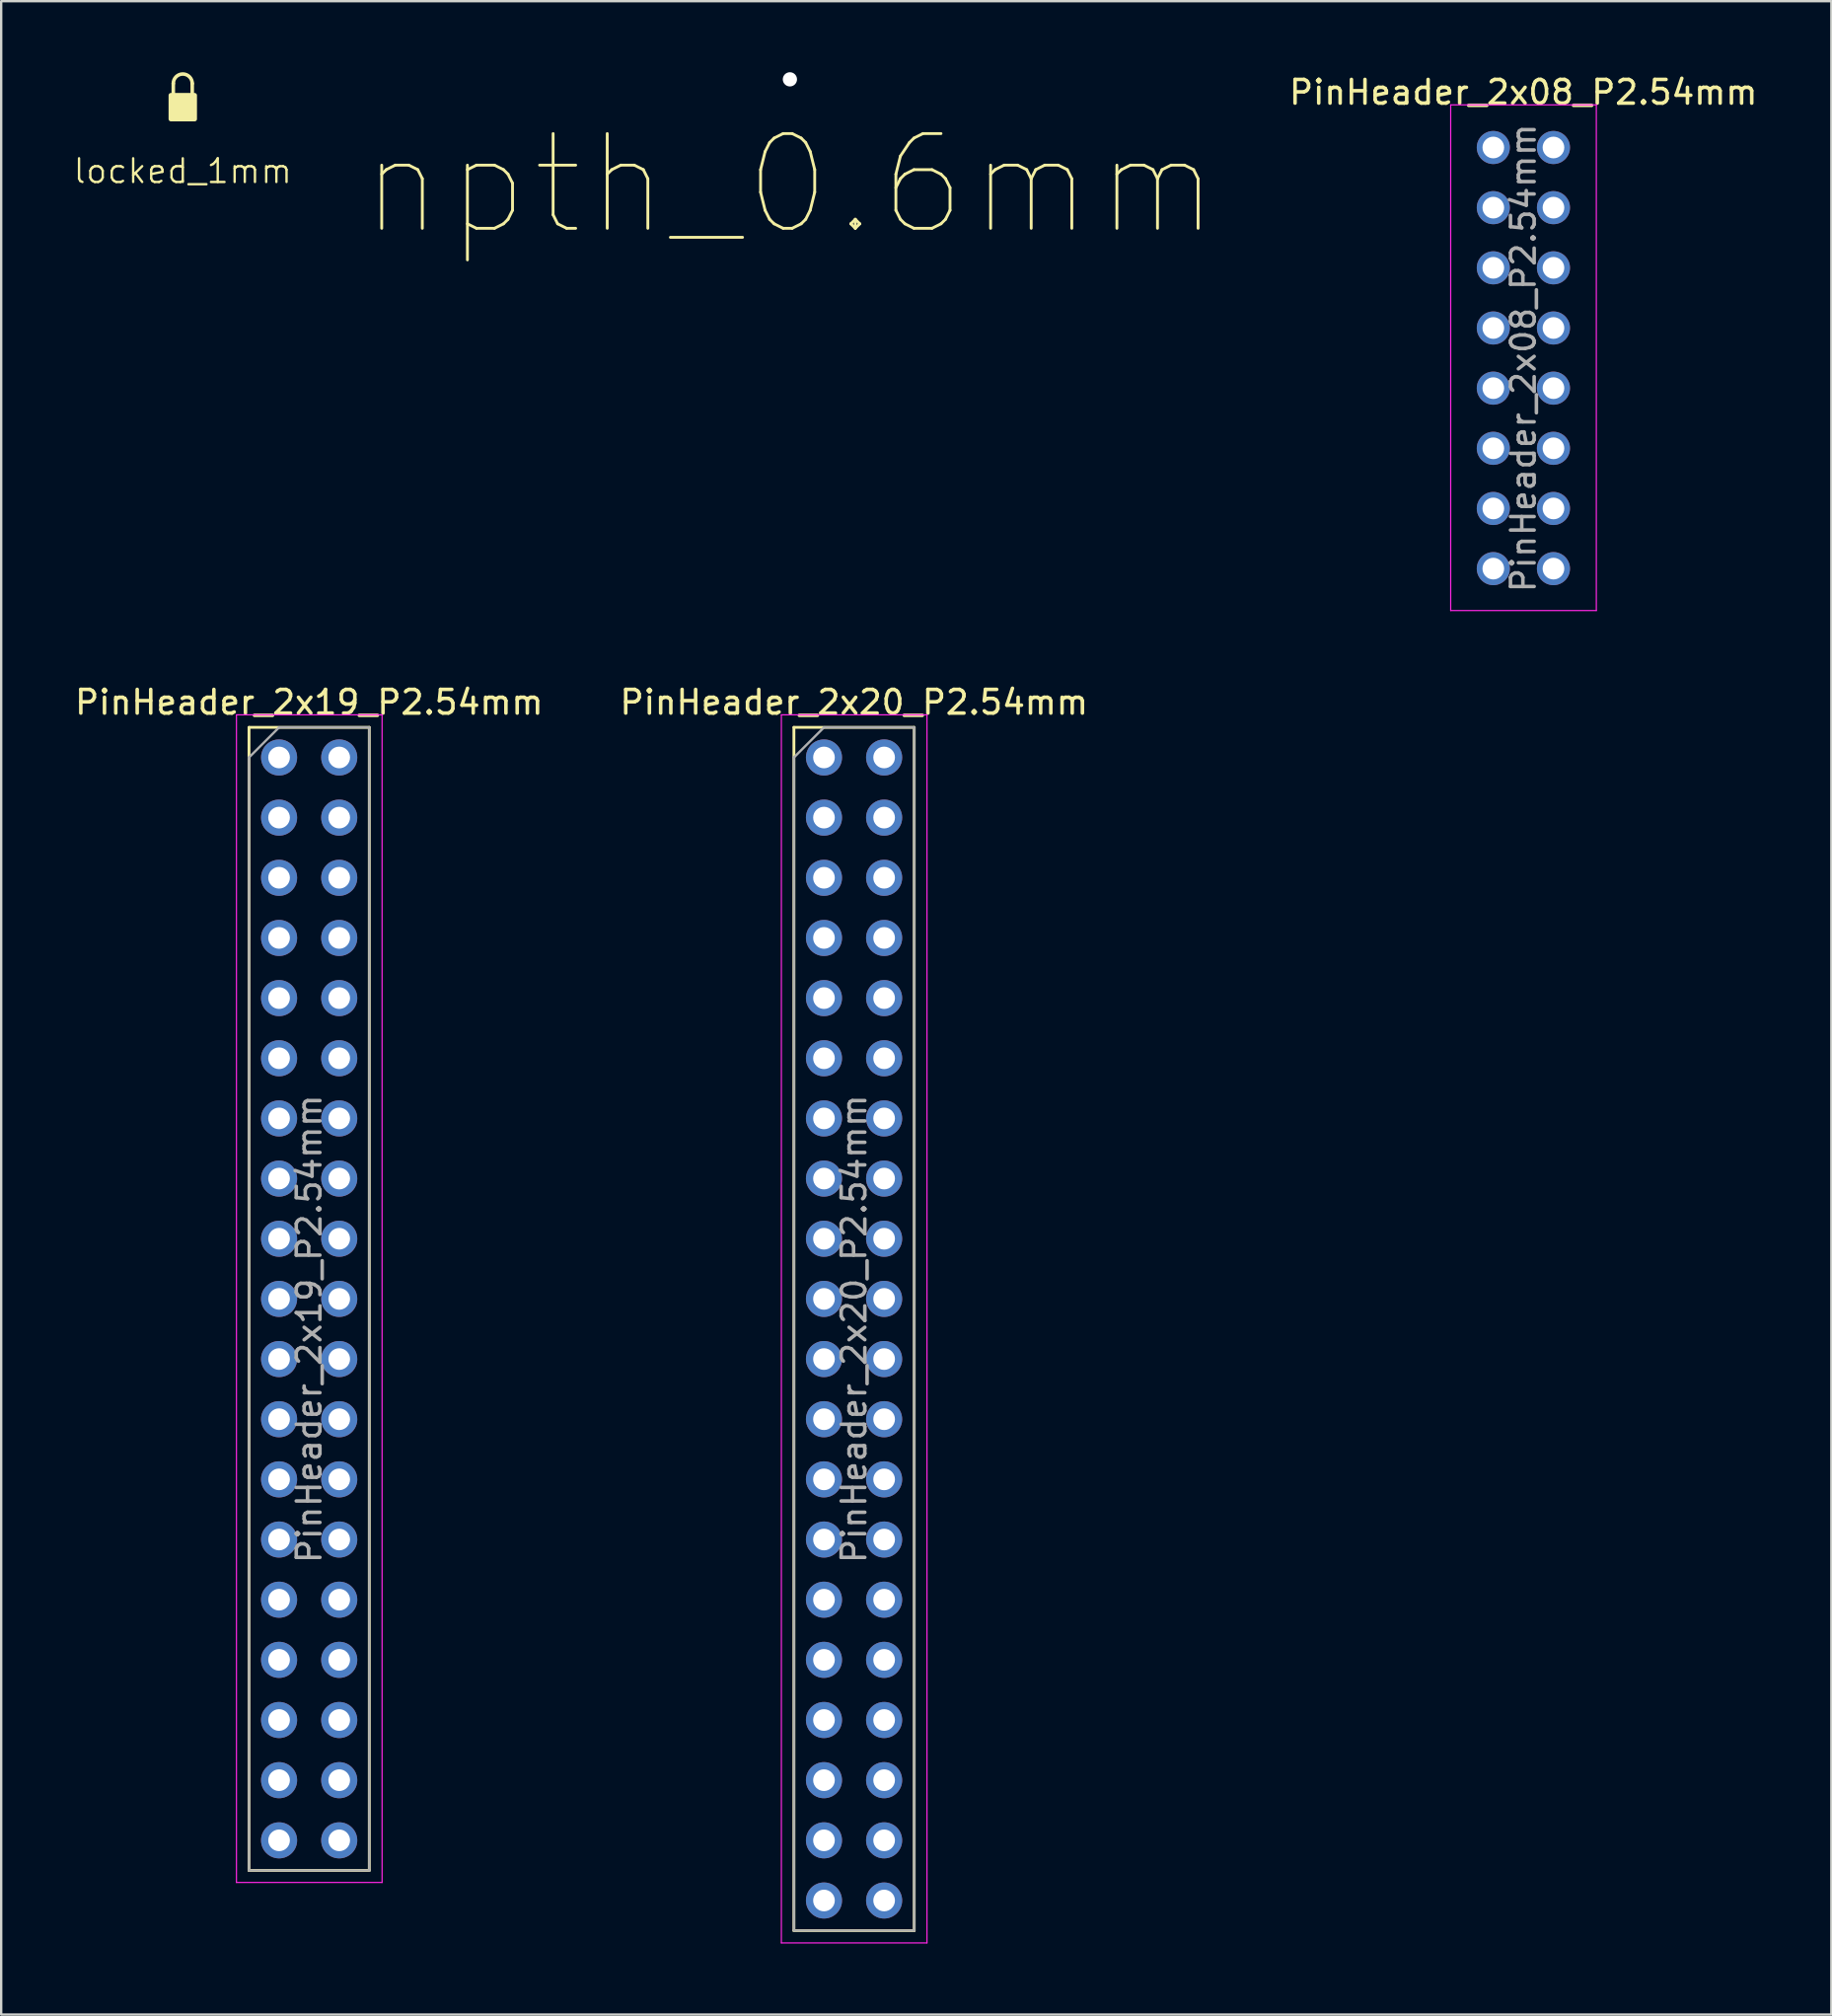
<source format=kicad_pcb>
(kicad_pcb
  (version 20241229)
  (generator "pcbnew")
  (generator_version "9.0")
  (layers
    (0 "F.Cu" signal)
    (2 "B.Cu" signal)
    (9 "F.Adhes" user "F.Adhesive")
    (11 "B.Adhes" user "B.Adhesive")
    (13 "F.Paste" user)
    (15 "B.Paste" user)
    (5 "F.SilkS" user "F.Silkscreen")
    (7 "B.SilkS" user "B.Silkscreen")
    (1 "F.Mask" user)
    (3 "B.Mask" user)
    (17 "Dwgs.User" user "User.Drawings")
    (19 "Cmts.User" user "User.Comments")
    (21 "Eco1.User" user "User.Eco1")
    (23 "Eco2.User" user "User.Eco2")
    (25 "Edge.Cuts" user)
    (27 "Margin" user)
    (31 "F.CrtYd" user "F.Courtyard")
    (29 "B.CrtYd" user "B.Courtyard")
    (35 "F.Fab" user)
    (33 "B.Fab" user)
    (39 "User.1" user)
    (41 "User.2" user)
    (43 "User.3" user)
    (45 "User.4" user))
  (footprint "PinHeader_2x20_P2.54mm"
    (layer "F.Cu")
    (at 31.748 28.931)
    (property "Reference" "PinHeader_2x20_P2.54mm" (at 1.27 -2.33 0) (layer "F.SilkS") (effects (font (size 1 1) (thickness 0.15))))
    (attr through_hole)
    (fp_line (start -1.27 -1.27) (end -1.27 49.53) (stroke (width 0.12) (type solid)) (layer "F.SilkS"))
    (fp_line (start -1.27 49.53) (end 3.81 49.53) (stroke (width 0.12) (type solid)) (layer "F.SilkS"))
    (fp_line (start 3.81 -1.27) (end -1.27 -1.27) (stroke (width 0.12) (type solid)) (layer "F.SilkS"))
    (fp_line (start 3.81 49.53) (end 3.81 -1.27) (stroke (width 0.12) (type solid)) (layer "F.SilkS"))
    (fp_line (start -1.8 -1.8) (end -1.8 50.05) (stroke (width 0.05) (type solid)) (layer "F.CrtYd"))
    (fp_line (start -1.8 50.05) (end 4.35 50.05) (stroke (width 0.05) (type solid)) (layer "F.CrtYd"))
    (fp_line (start 4.35 -1.8) (end -1.8 -1.8) (stroke (width 0.05) (type solid)) (layer "F.CrtYd"))
    (fp_line (start 4.35 50.05) (end 4.35 -1.8) (stroke (width 0.05) (type solid)) (layer "F.CrtYd"))
    (fp_line (start -1.27 0) (end 0 -1.27) (stroke (width 0.1) (type solid)) (layer "F.Fab"))
    (fp_line (start -1.27 49.53) (end -1.27 0) (stroke (width 0.1) (type solid)) (layer "F.Fab"))
    (fp_line (start 0 -1.27) (end 3.81 -1.27) (stroke (width 0.1) (type solid)) (layer "F.Fab"))
    (fp_line (start 3.81 -1.27) (end 3.81 49.53) (stroke (width 0.1) (type solid)) (layer "F.Fab"))
    (fp_line (start 3.81 49.53) (end -1.27 49.53) (stroke (width 0.1) (type solid)) (layer "F.Fab"))
    (fp_text user "${REFERENCE}" (at 1.27 24.13 90) (layer "F.Fab") (effects (font (size 1 1) (thickness 0.15))))
    (pad "1" thru_hole circle (at 0 0) (size 1.524 1.524) (drill 0.914) (layers "*.Cu" "*.Mask"))
    (pad "2" thru_hole circle (at 2.54 0) (size 1.524 1.524) (drill 0.914) (layers "*.Cu" "*.Mask"))
    (pad "3" thru_hole circle (at 0 2.54) (size 1.524 1.524) (drill 0.914) (layers "*.Cu" "*.Mask"))
    (pad "4" thru_hole circle (at 2.54 2.54) (size 1.524 1.524) (drill 0.914) (layers "*.Cu" "*.Mask"))
    (pad "5" thru_hole circle (at 0 5.08) (size 1.524 1.524) (drill 0.914) (layers "*.Cu" "*.Mask"))
    (pad "6" thru_hole circle (at 2.54 5.08) (size 1.524 1.524) (drill 0.914) (layers "*.Cu" "*.Mask"))
    (pad "7" thru_hole circle (at 0 7.62) (size 1.524 1.524) (drill 0.914) (layers "*.Cu" "*.Mask"))
    (pad "8" thru_hole circle (at 2.54 7.62) (size 1.524 1.524) (drill 0.914) (layers "*.Cu" "*.Mask"))
    (pad "9" thru_hole circle (at 0 10.16) (size 1.524 1.524) (drill 0.914) (layers "*.Cu" "*.Mask"))
    (pad "10" thru_hole circle (at 2.54 10.16) (size 1.524 1.524) (drill 0.914) (layers "*.Cu" "*.Mask"))
    (pad "11" thru_hole circle (at 0 12.7) (size 1.524 1.524) (drill 0.914) (layers "*.Cu" "*.Mask"))
    (pad "12" thru_hole circle (at 2.54 12.7) (size 1.524 1.524) (drill 0.914) (layers "*.Cu" "*.Mask"))
    (pad "13" thru_hole circle (at 0 15.24) (size 1.524 1.524) (drill 0.914) (layers "*.Cu" "*.Mask"))
    (pad "14" thru_hole circle (at 2.54 15.24) (size 1.524 1.524) (drill 0.914) (layers "*.Cu" "*.Mask"))
    (pad "15" thru_hole circle (at 0 17.78) (size 1.524 1.524) (drill 0.914) (layers "*.Cu" "*.Mask"))
    (pad "16" thru_hole circle (at 2.54 17.78) (size 1.524 1.524) (drill 0.914) (layers "*.Cu" "*.Mask"))
    (pad "17" thru_hole circle (at 0 20.32) (size 1.524 1.524) (drill 0.914) (layers "*.Cu" "*.Mask"))
    (pad "18" thru_hole circle (at 2.54 20.32) (size 1.524 1.524) (drill 0.914) (layers "*.Cu" "*.Mask"))
    (pad "19" thru_hole circle (at 0 22.86) (size 1.524 1.524) (drill 0.914) (layers "*.Cu" "*.Mask"))
    (pad "20" thru_hole circle (at 2.54 22.86) (size 1.524 1.524) (drill 0.914) (layers "*.Cu" "*.Mask"))
    (pad "21" thru_hole circle (at 0 25.4) (size 1.524 1.524) (drill 0.914) (layers "*.Cu" "*.Mask"))
    (pad "22" thru_hole circle (at 2.54 25.4) (size 1.524 1.524) (drill 0.914) (layers "*.Cu" "*.Mask"))
    (pad "23" thru_hole circle (at 0 27.94) (size 1.524 1.524) (drill 0.914) (layers "*.Cu" "*.Mask"))
    (pad "24" thru_hole circle (at 2.54 27.94) (size 1.524 1.524) (drill 0.914) (layers "*.Cu" "*.Mask"))
    (pad "25" thru_hole circle (at 0 30.48) (size 1.524 1.524) (drill 0.914) (layers "*.Cu" "*.Mask"))
    (pad "26" thru_hole circle (at 2.54 30.48) (size 1.524 1.524) (drill 0.914) (layers "*.Cu" "*.Mask"))
    (pad "27" thru_hole circle (at 0 33.02) (size 1.524 1.524) (drill 0.914) (layers "*.Cu" "*.Mask"))
    (pad "28" thru_hole circle (at 2.54 33.02) (size 1.524 1.524) (drill 0.914) (layers "*.Cu" "*.Mask"))
    (pad "29" thru_hole circle (at 0 35.56) (size 1.524 1.524) (drill 0.914) (layers "*.Cu" "*.Mask"))
    (pad "30" thru_hole circle (at 2.54 35.56) (size 1.524 1.524) (drill 0.914) (layers "*.Cu" "*.Mask"))
    (pad "31" thru_hole circle (at 0 38.1) (size 1.524 1.524) (drill 0.914) (layers "*.Cu" "*.Mask"))
    (pad "32" thru_hole circle (at 2.54 38.1) (size 1.524 1.524) (drill 0.914) (layers "*.Cu" "*.Mask"))
    (pad "33" thru_hole circle (at 0 40.64) (size 1.524 1.524) (drill 0.914) (layers "*.Cu" "*.Mask"))
    (pad "34" thru_hole circle (at 2.54 40.64) (size 1.524 1.524) (drill 0.914) (layers "*.Cu" "*.Mask"))
    (pad "35" thru_hole circle (at 0 43.18) (size 1.524 1.524) (drill 0.914) (layers "*.Cu" "*.Mask"))
    (pad "36" thru_hole circle (at 2.54 43.18) (size 1.524 1.524) (drill 0.914) (layers "*.Cu" "*.Mask"))
    (pad "37" thru_hole circle (at 0 45.72) (size 1.524 1.524) (drill 0.914) (layers "*.Cu" "*.Mask"))
    (pad "38" thru_hole circle (at 2.54 45.72) (size 1.524 1.524) (drill 0.914) (layers "*.Cu" "*.Mask"))
    (pad "39" thru_hole circle (at 0 48.26) (size 1.524 1.524) (drill 0.914) (layers "*.Cu" "*.Mask"))
    (pad "40" thru_hole circle (at 2.54 48.26) (size 1.524 1.524) (drill 0.914) (layers "*.Cu" "*.Mask")))
  (footprint "PinHeader_2x08_P2.54mm"
    (layer "F.Cu")
    (at 60.015 3.178)
    (property "Reference" "PinHeader_2x08_P2.54mm" (at 1.27 -2.33 0) (layer "F.SilkS") (effects (font (size 1 1) (thickness 0.15))))
    (attr through_hole)
    (fp_line (start -1.8 -1.8) (end -1.8 19.55) (stroke (width 0.05) (type solid)) (layer "F.CrtYd"))
    (fp_line (start -1.8 19.55) (end 4.35 19.55) (stroke (width 0.05) (type solid)) (layer "F.CrtYd"))
    (fp_line (start 4.35 -1.8) (end -1.8 -1.8) (stroke (width 0.05) (type solid)) (layer "F.CrtYd"))
    (fp_line (start 4.35 19.55) (end 4.35 -1.8) (stroke (width 0.05) (type solid)) (layer "F.CrtYd"))
    (fp_text user "${REFERENCE}" (at 1.27 8.89 90) (layer "F.Fab") (effects (font (size 1 1) (thickness 0.15))))
    (pad "1" thru_hole circle (at 0 0) (size 1.397 1.397) (drill 0.914) (layers "*.Cu" "*.Mask"))
    (pad "2" thru_hole circle (at 2.54 0) (size 1.397 1.397) (drill 0.914) (layers "*.Cu" "*.Mask"))
    (pad "3" thru_hole circle (at 0 2.54) (size 1.397 1.397) (drill 0.914) (layers "*.Cu" "*.Mask"))
    (pad "4" thru_hole circle (at 2.54 2.54) (size 1.397 1.397) (drill 0.914) (layers "*.Cu" "*.Mask"))
    (pad "5" thru_hole circle (at 0 5.08) (size 1.397 1.397) (drill 0.914) (layers "*.Cu" "*.Mask"))
    (pad "6" thru_hole circle (at 2.54 5.08) (size 1.397 1.397) (drill 0.914) (layers "*.Cu" "*.Mask"))
    (pad "7" thru_hole circle (at 0 7.62) (size 1.397 1.397) (drill 0.914) (layers "*.Cu" "*.Mask"))
    (pad "8" thru_hole circle (at 2.54 7.62) (size 1.397 1.397) (drill 0.914) (layers "*.Cu" "*.Mask"))
    (pad "9" thru_hole circle (at 0 10.16) (size 1.397 1.397) (drill 0.914) (layers "*.Cu" "*.Mask"))
    (pad "10" thru_hole circle (at 2.54 10.16) (size 1.397 1.397) (drill 0.914) (layers "*.Cu" "*.Mask"))
    (pad "11" thru_hole circle (at 0 12.7) (size 1.397 1.397) (drill 0.914) (layers "*.Cu" "*.Mask"))
    (pad "12" thru_hole circle (at 2.54 12.7) (size 1.397 1.397) (drill 0.914) (layers "*.Cu" "*.Mask"))
    (pad "13" thru_hole circle (at 0 15.24) (size 1.397 1.397) (drill 0.914) (layers "*.Cu" "*.Mask"))
    (pad "14" thru_hole circle (at 2.54 15.24) (size 1.397 1.397) (drill 0.914) (layers "*.Cu" "*.Mask"))
    (pad "15" thru_hole circle (at 0 17.78) (size 1.397 1.397) (drill 0.914) (layers "*.Cu" "*.Mask"))
    (pad "16" thru_hole circle (at 2.54 17.78) (size 1.397 1.397) (drill 0.914) (layers "*.Cu" "*.Mask")))
  (footprint "npth_0.6mm"
    (layer "F.Cu")
    (at 30.309 0.3)
    (property "Reference" "npth_0.6mm" (at 0 4.445 0) (layer "F.SilkS") (effects (font (size 4 4) (thickness 0.12))))
    (attr through_hole)
    (pad "" np_thru_hole circle (at 0 0) (size 0.6 0.6) (drill 0.6) (layers "*.Cu")))
  (footprint "PinHeader_2x19_P2.54mm"
    (layer "F.Cu")
    (at 8.736 28.931)
    (property "Reference" "PinHeader_2x19_P2.54mm" (at 1.27 -2.33 0) (layer "F.SilkS") (effects (font (size 1 1) (thickness 0.15))))
    (attr through_hole)
    (fp_line (start -1.27 -1.27) (end -1.27 46.99) (stroke (width 0.12) (type solid)) (layer "F.SilkS"))
    (fp_line (start -1.27 46.99) (end 3.81 46.99) (stroke (width 0.12) (type solid)) (layer "F.SilkS"))
    (fp_line (start 3.81 -1.27) (end -1.27 -1.27) (stroke (width 0.12) (type solid)) (layer "F.SilkS"))
    (fp_line (start 3.81 46.99) (end 3.81 -1.27) (stroke (width 0.12) (type solid)) (layer "F.SilkS"))
    (fp_line (start -1.8 -1.8) (end -1.8 47.498) (stroke (width 0.05) (type solid)) (layer "F.CrtYd"))
    (fp_line (start -1.8 47.498) (end 4.35 47.498) (stroke (width 0.05) (type solid)) (layer "F.CrtYd"))
    (fp_line (start 4.35 -1.8) (end -1.8 -1.8) (stroke (width 0.05) (type solid)) (layer "F.CrtYd"))
    (fp_line (start 4.35 47.498) (end 4.35 -1.8) (stroke (width 0.05) (type solid)) (layer "F.CrtYd"))
    (fp_line (start -1.27 0) (end 0 -1.27) (stroke (width 0.1) (type solid)) (layer "F.Fab"))
    (fp_line (start -1.27 46.99) (end -1.27 0) (stroke (width 0.1) (type solid)) (layer "F.Fab"))
    (fp_line (start 0 -1.27) (end 3.81 -1.27) (stroke (width 0.1) (type solid)) (layer "F.Fab"))
    (fp_line (start 3.81 -1.27) (end 3.81 46.99) (stroke (width 0.1) (type solid)) (layer "F.Fab"))
    (fp_line (start 3.81 46.99) (end -1.27 46.99) (stroke (width 0.1) (type solid)) (layer "F.Fab"))
    (fp_text user "${REFERENCE}" (at 1.27 24.13 90) (layer "F.Fab") (effects (font (size 1 1) (thickness 0.15))))
    (pad "1" thru_hole circle (at 0 0) (size 1.524 1.524) (drill 0.914) (layers "*.Cu" "*.Mask"))
    (pad "2" thru_hole circle (at 2.54 0) (size 1.524 1.524) (drill 0.914) (layers "*.Cu" "*.Mask"))
    (pad "3" thru_hole circle (at 0 2.54) (size 1.524 1.524) (drill 0.914) (layers "*.Cu" "*.Mask"))
    (pad "4" thru_hole circle (at 2.54 2.54) (size 1.524 1.524) (drill 0.914) (layers "*.Cu" "*.Mask"))
    (pad "5" thru_hole circle (at 0 5.08) (size 1.524 1.524) (drill 0.914) (layers "*.Cu" "*.Mask"))
    (pad "6" thru_hole circle (at 2.54 5.08) (size 1.524 1.524) (drill 0.914) (layers "*.Cu" "*.Mask"))
    (pad "7" thru_hole circle (at 0 7.62) (size 1.524 1.524) (drill 0.914) (layers "*.Cu" "*.Mask"))
    (pad "8" thru_hole circle (at 2.54 7.62) (size 1.524 1.524) (drill 0.914) (layers "*.Cu" "*.Mask"))
    (pad "9" thru_hole circle (at 0 10.16) (size 1.524 1.524) (drill 0.914) (layers "*.Cu" "*.Mask"))
    (pad "10" thru_hole circle (at 2.54 10.16) (size 1.524 1.524) (drill 0.914) (layers "*.Cu" "*.Mask"))
    (pad "11" thru_hole circle (at 0 12.7) (size 1.524 1.524) (drill 0.914) (layers "*.Cu" "*.Mask"))
    (pad "12" thru_hole circle (at 2.54 12.7) (size 1.524 1.524) (drill 0.914) (layers "*.Cu" "*.Mask"))
    (pad "13" thru_hole circle (at 0 15.24) (size 1.524 1.524) (drill 0.914) (layers "*.Cu" "*.Mask"))
    (pad "14" thru_hole circle (at 2.54 15.24) (size 1.524 1.524) (drill 0.914) (layers "*.Cu" "*.Mask"))
    (pad "15" thru_hole circle (at 0 17.78) (size 1.524 1.524) (drill 0.914) (layers "*.Cu" "*.Mask"))
    (pad "16" thru_hole circle (at 2.54 17.78) (size 1.524 1.524) (drill 0.914) (layers "*.Cu" "*.Mask"))
    (pad "17" thru_hole circle (at 0 20.32) (size 1.524 1.524) (drill 0.914) (layers "*.Cu" "*.Mask"))
    (pad "18" thru_hole circle (at 2.54 20.32) (size 1.524 1.524) (drill 0.914) (layers "*.Cu" "*.Mask"))
    (pad "19" thru_hole circle (at 0 22.86) (size 1.524 1.524) (drill 0.914) (layers "*.Cu" "*.Mask"))
    (pad "20" thru_hole circle (at 2.54 22.86) (size 1.524 1.524) (drill 0.914) (layers "*.Cu" "*.Mask"))
    (pad "21" thru_hole circle (at 0 25.4) (size 1.524 1.524) (drill 0.914) (layers "*.Cu" "*.Mask"))
    (pad "22" thru_hole circle (at 2.54 25.4) (size 1.524 1.524) (drill 0.914) (layers "*.Cu" "*.Mask"))
    (pad "23" thru_hole circle (at 0 27.94) (size 1.524 1.524) (drill 0.914) (layers "*.Cu" "*.Mask"))
    (pad "24" thru_hole circle (at 2.54 27.94) (size 1.524 1.524) (drill 0.914) (layers "*.Cu" "*.Mask"))
    (pad "25" thru_hole circle (at 0 30.48) (size 1.524 1.524) (drill 0.914) (layers "*.Cu" "*.Mask"))
    (pad "26" thru_hole circle (at 2.54 30.48) (size 1.524 1.524) (drill 0.914) (layers "*.Cu" "*.Mask"))
    (pad "27" thru_hole circle (at 0 33.02) (size 1.524 1.524) (drill 0.914) (layers "*.Cu" "*.Mask"))
    (pad "28" thru_hole circle (at 2.54 33.02) (size 1.524 1.524) (drill 0.914) (layers "*.Cu" "*.Mask"))
    (pad "29" thru_hole circle (at 0 35.56) (size 1.524 1.524) (drill 0.914) (layers "*.Cu" "*.Mask"))
    (pad "30" thru_hole circle (at 2.54 35.56) (size 1.524 1.524) (drill 0.914) (layers "*.Cu" "*.Mask"))
    (pad "31" thru_hole circle (at 0 38.1) (size 1.524 1.524) (drill 0.914) (layers "*.Cu" "*.Mask"))
    (pad "32" thru_hole circle (at 2.54 38.1) (size 1.524 1.524) (drill 0.914) (layers "*.Cu" "*.Mask"))
    (pad "33" thru_hole circle (at 0 40.64) (size 1.524 1.524) (drill 0.914) (layers "*.Cu" "*.Mask"))
    (pad "34" thru_hole circle (at 2.54 40.64) (size 1.524 1.524) (drill 0.914) (layers "*.Cu" "*.Mask"))
    (pad "35" thru_hole circle (at 0 43.18) (size 1.524 1.524) (drill 0.914) (layers "*.Cu" "*.Mask"))
    (pad "36" thru_hole circle (at 2.54 43.18) (size 1.524 1.524) (drill 0.914) (layers "*.Cu" "*.Mask"))
    (pad "37" thru_hole circle (at 0 45.72) (size 1.524 1.524) (drill 0.914) (layers "*.Cu" "*.Mask"))
    (pad "38" thru_hole circle (at 2.54 45.72) (size 1.524 1.524) (drill 0.914) (layers "*.Cu" "*.Mask")))
  (footprint "locked_1mm"
    (layer "F.Cu")
    (at 4.669 1.475)
    (property "Reference" "locked_1mm" (at 0 2.7 0) (layer "F.SilkS") (effects (font (size 1 1) (thickness 0.1))))
    (attr exclude_from_pos_files exclude_from_bom)
    (fp_line (start -0.4 -1) (end -0.4 -0.5) (stroke (width 0.15) (type solid)) (layer "F.SilkS"))
    (fp_line (start 0.4 -1) (end 0.4 -0.5) (stroke (width 0.15) (type solid)) (layer "F.SilkS"))
    (fp_arc (start -0.4 -1) (mid 0 -1.4) (end 0.4 -1) (stroke (width 0.15) (type solid)) (layer "F.SilkS"))
    (fp_poly (pts (xy 0.5 0.5) (xy -0.5 0.5) (xy -0.5 -0.5) (xy 0.5 -0.5)) (stroke (width 0.2) (type solid)) (fill yes) (layer "F.SilkS")))
  (gr_rect
    (start -3 -3)
    (end 74.291 82.007)
    (stroke (width 0.1) (type default))
    (fill no)
    (layer "Edge.Cuts")))
</source>
